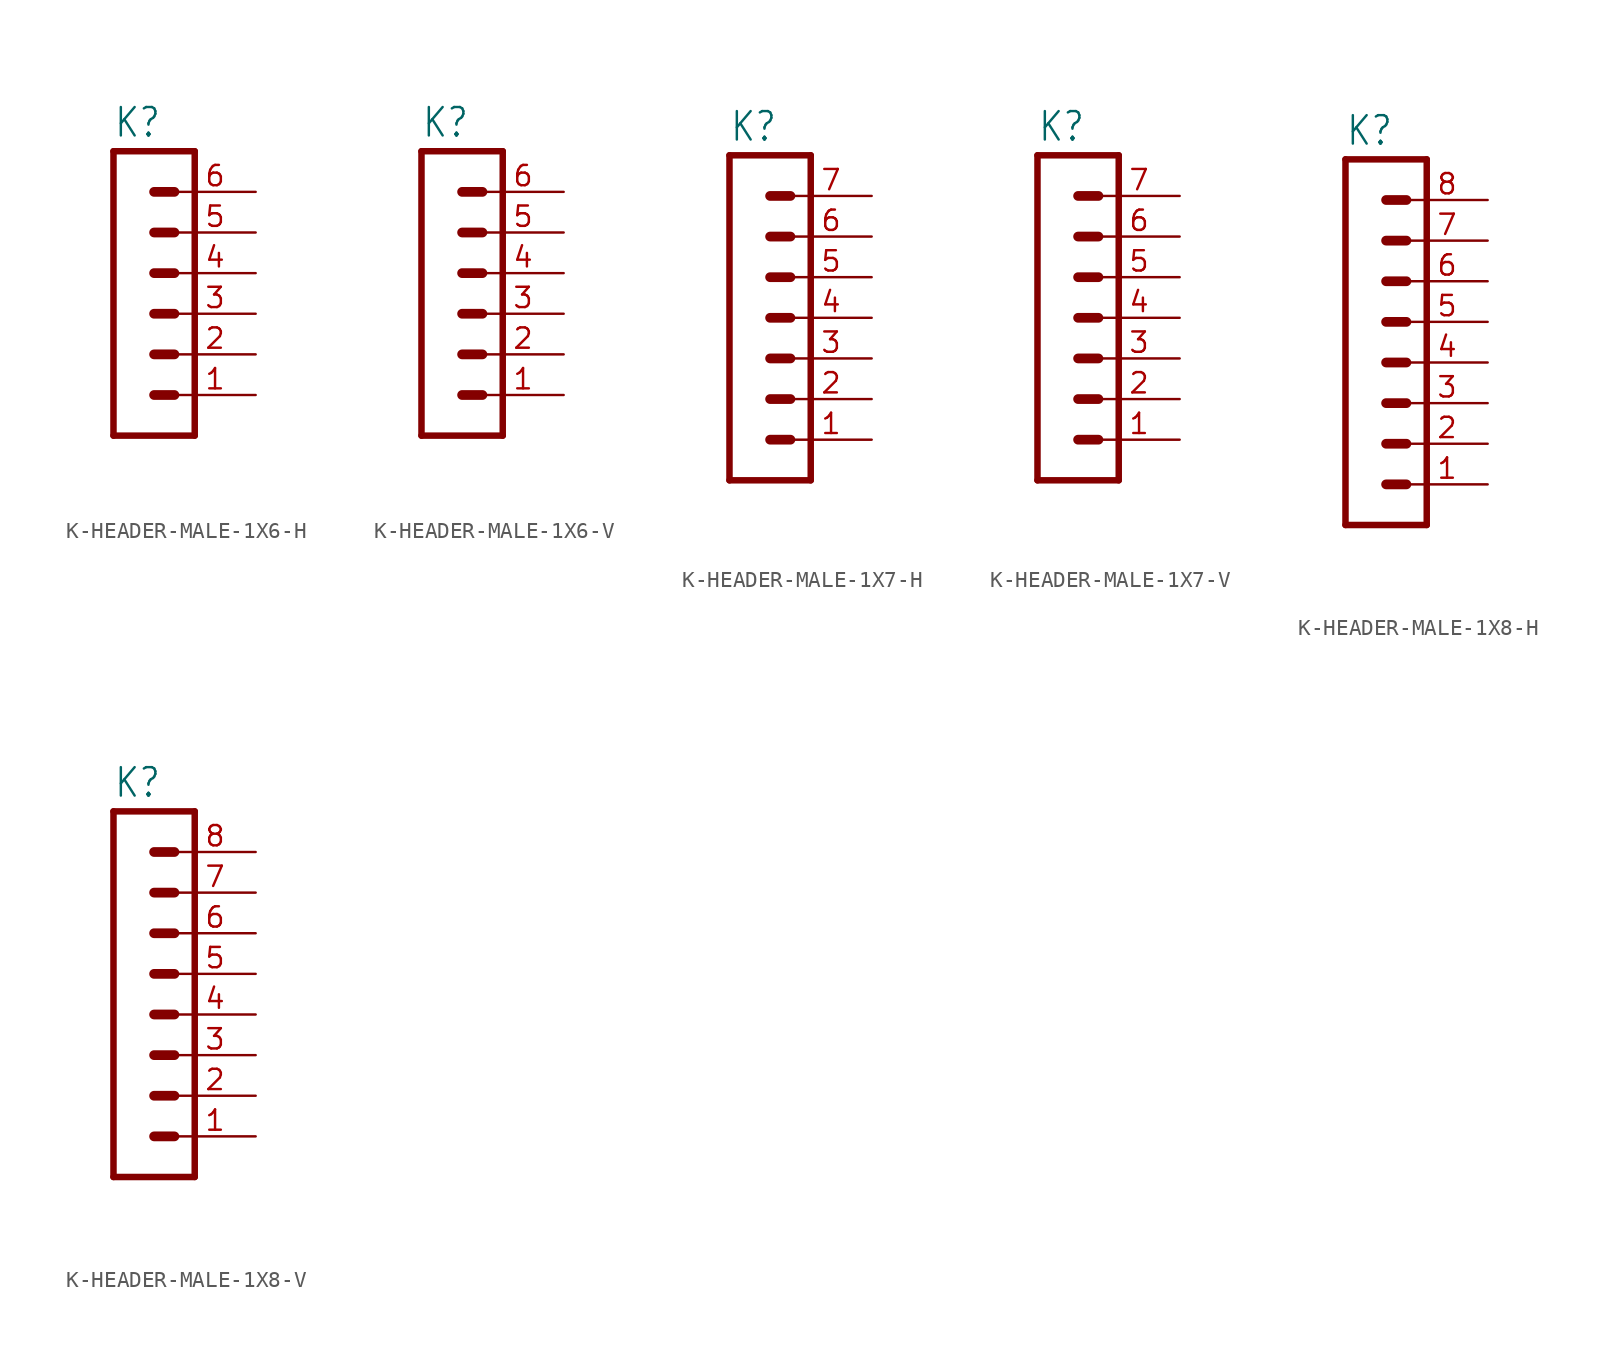
<source format=kicad_sym>
(kicad_symbol_lib
  (version 20231120)
  (generator "kicad_symbol_editor")
  (generator_version "8.0")
  (symbol "K-HEADER-MALE-1X6-H"
    (property "Reference" "K"
      (at -1.27 10.922 0)
      (effects (font (size 1.778 1.511)) (justify left bottom)))
    (property "Value" ""
      (at -1.27 -10.16 0)
      (effects (font (size 1.778 1.511)) (justify left bottom)))
    (property "ki_locked" ""
      (at 0 0 0)
      (effects (font (size 1.27 1.27))))
    (symbol "K-HEADER-MALE-1X6-H_1_0"
      (polyline (pts (xy -1.27 10.16) (xy -1.27 -7.62)) (stroke (width 0.406) (type solid)) (fill (type none)))
      (polyline (pts (xy -1.27 10.16) (xy 3.81 10.16)) (stroke (width 0.406) (type solid)) (fill (type none)))
      (polyline (pts (xy 1.27 -5.08) (xy 2.54 -5.08)) (stroke (width 0.61) (type solid)) (fill (type none)))
      (polyline (pts (xy 1.27 -2.54) (xy 2.54 -2.54)) (stroke (width 0.61) (type solid)) (fill (type none)))
      (polyline (pts (xy 1.27 0) (xy 2.54 0)) (stroke (width 0.61) (type solid)) (fill (type none)))
      (polyline (pts (xy 1.27 2.54) (xy 2.54 2.54)) (stroke (width 0.61) (type solid)) (fill (type none)))
      (polyline (pts (xy 1.27 5.08) (xy 2.54 5.08)) (stroke (width 0.61) (type solid)) (fill (type none)))
      (polyline (pts (xy 1.27 7.62) (xy 2.54 7.62)) (stroke (width 0.61) (type solid)) (fill (type none)))
      (polyline (pts (xy 3.81 -7.62) (xy -1.27 -7.62)) (stroke (width 0.406) (type solid)) (fill (type none)))
      (polyline (pts (xy 3.81 -7.62) (xy 3.81 10.16)) (stroke (width 0.406) (type solid)) (fill (type none)))
      (pin passive line (at 7.62 -5.08 180) (length 5.08) (name "1" (effects (font (size 0 0)))) (number "1" (effects (font (size 1.27 1.27)))))
      (pin passive line (at 7.62 -2.54 180) (length 5.08) (name "2" (effects (font (size 0 0)))) (number "2" (effects (font (size 1.27 1.27)))))
      (pin passive line (at 7.62 0 180) (length 5.08) (name "3" (effects (font (size 0 0)))) (number "3" (effects (font (size 1.27 1.27)))))
      (pin passive line (at 7.62 2.54 180) (length 5.08) (name "4" (effects (font (size 0 0)))) (number "4" (effects (font (size 1.27 1.27)))))
      (pin passive line (at 7.62 5.08 180) (length 5.08) (name "5" (effects (font (size 0 0)))) (number "5" (effects (font (size 1.27 1.27)))))
      (pin passive line (at 7.62 7.62 180) (length 5.08) (name "6" (effects (font (size 0 0)))) (number "6" (effects (font (size 1.27 1.27)))))))
  (symbol "K-HEADER-MALE-1X6-V"
    (property "Reference" "K"
      (at -1.27 10.922 0)
      (effects (font (size 1.778 1.511)) (justify left bottom)))
    (property "Value" ""
      (at -1.27 -10.16 0)
      (effects (font (size 1.778 1.511)) (justify left bottom)))
    (property "ki_locked" ""
      (at 0 0 0)
      (effects (font (size 1.27 1.27))))
    (symbol "K-HEADER-MALE-1X6-V_1_0"
      (polyline (pts (xy -1.27 10.16) (xy -1.27 -7.62)) (stroke (width 0.406) (type solid)) (fill (type none)))
      (polyline (pts (xy -1.27 10.16) (xy 3.81 10.16)) (stroke (width 0.406) (type solid)) (fill (type none)))
      (polyline (pts (xy 1.27 -5.08) (xy 2.54 -5.08)) (stroke (width 0.61) (type solid)) (fill (type none)))
      (polyline (pts (xy 1.27 -2.54) (xy 2.54 -2.54)) (stroke (width 0.61) (type solid)) (fill (type none)))
      (polyline (pts (xy 1.27 0) (xy 2.54 0)) (stroke (width 0.61) (type solid)) (fill (type none)))
      (polyline (pts (xy 1.27 2.54) (xy 2.54 2.54)) (stroke (width 0.61) (type solid)) (fill (type none)))
      (polyline (pts (xy 1.27 5.08) (xy 2.54 5.08)) (stroke (width 0.61) (type solid)) (fill (type none)))
      (polyline (pts (xy 1.27 7.62) (xy 2.54 7.62)) (stroke (width 0.61) (type solid)) (fill (type none)))
      (polyline (pts (xy 3.81 -7.62) (xy -1.27 -7.62)) (stroke (width 0.406) (type solid)) (fill (type none)))
      (polyline (pts (xy 3.81 -7.62) (xy 3.81 10.16)) (stroke (width 0.406) (type solid)) (fill (type none)))
      (pin passive line (at 7.62 -5.08 180) (length 5.08) (name "1" (effects (font (size 0 0)))) (number "1" (effects (font (size 1.27 1.27)))))
      (pin passive line (at 7.62 -2.54 180) (length 5.08) (name "2" (effects (font (size 0 0)))) (number "2" (effects (font (size 1.27 1.27)))))
      (pin passive line (at 7.62 0 180) (length 5.08) (name "3" (effects (font (size 0 0)))) (number "3" (effects (font (size 1.27 1.27)))))
      (pin passive line (at 7.62 2.54 180) (length 5.08) (name "4" (effects (font (size 0 0)))) (number "4" (effects (font (size 1.27 1.27)))))
      (pin passive line (at 7.62 5.08 180) (length 5.08) (name "5" (effects (font (size 0 0)))) (number "5" (effects (font (size 1.27 1.27)))))
      (pin passive line (at 7.62 7.62 180) (length 5.08) (name "6" (effects (font (size 0 0)))) (number "6" (effects (font (size 1.27 1.27)))))))
  (symbol "K-HEADER-MALE-1X7-H"
    (property "Reference" "K"
      (at -1.27 13.462 0)
      (effects (font (size 1.778 1.511)) (justify left bottom)))
    (property "Value" ""
      (at -1.27 -10.16 0)
      (effects (font (size 1.778 1.511)) (justify left bottom)))
    (property "ki_locked" ""
      (at 0 0 0)
      (effects (font (size 1.27 1.27))))
    (symbol "K-HEADER-MALE-1X7-H_1_0"
      (polyline (pts (xy -1.27 12.7) (xy -1.27 -7.62)) (stroke (width 0.406) (type solid)) (fill (type none)))
      (polyline (pts (xy -1.27 12.7) (xy 3.81 12.7)) (stroke (width 0.406) (type solid)) (fill (type none)))
      (polyline (pts (xy 1.27 -5.08) (xy 2.54 -5.08)) (stroke (width 0.61) (type solid)) (fill (type none)))
      (polyline (pts (xy 1.27 -2.54) (xy 2.54 -2.54)) (stroke (width 0.61) (type solid)) (fill (type none)))
      (polyline (pts (xy 1.27 0) (xy 2.54 0)) (stroke (width 0.61) (type solid)) (fill (type none)))
      (polyline (pts (xy 1.27 2.54) (xy 2.54 2.54)) (stroke (width 0.61) (type solid)) (fill (type none)))
      (polyline (pts (xy 1.27 5.08) (xy 2.54 5.08)) (stroke (width 0.61) (type solid)) (fill (type none)))
      (polyline (pts (xy 1.27 7.62) (xy 2.54 7.62)) (stroke (width 0.61) (type solid)) (fill (type none)))
      (polyline (pts (xy 1.27 10.16) (xy 2.54 10.16)) (stroke (width 0.61) (type solid)) (fill (type none)))
      (polyline (pts (xy 3.81 -7.62) (xy -1.27 -7.62)) (stroke (width 0.406) (type solid)) (fill (type none)))
      (polyline (pts (xy 3.81 -7.62) (xy 3.81 12.7)) (stroke (width 0.406) (type solid)) (fill (type none)))
      (pin passive line (at 7.62 -5.08 180) (length 5.08) (name "1" (effects (font (size 0 0)))) (number "1" (effects (font (size 1.27 1.27)))))
      (pin passive line (at 7.62 -2.54 180) (length 5.08) (name "2" (effects (font (size 0 0)))) (number "2" (effects (font (size 1.27 1.27)))))
      (pin passive line (at 7.62 0 180) (length 5.08) (name "3" (effects (font (size 0 0)))) (number "3" (effects (font (size 1.27 1.27)))))
      (pin passive line (at 7.62 2.54 180) (length 5.08) (name "4" (effects (font (size 0 0)))) (number "4" (effects (font (size 1.27 1.27)))))
      (pin passive line (at 7.62 5.08 180) (length 5.08) (name "5" (effects (font (size 0 0)))) (number "5" (effects (font (size 1.27 1.27)))))
      (pin passive line (at 7.62 7.62 180) (length 5.08) (name "6" (effects (font (size 0 0)))) (number "6" (effects (font (size 1.27 1.27)))))
      (pin passive line (at 7.62 10.16 180) (length 5.08) (name "7" (effects (font (size 0 0)))) (number "7" (effects (font (size 1.27 1.27)))))))
  (symbol "K-HEADER-MALE-1X7-V"
    (property "Reference" "K"
      (at -1.27 13.462 0)
      (effects (font (size 1.778 1.511)) (justify left bottom)))
    (property "Value" ""
      (at -1.27 -10.16 0)
      (effects (font (size 1.778 1.511)) (justify left bottom)))
    (property "ki_locked" ""
      (at 0 0 0)
      (effects (font (size 1.27 1.27))))
    (symbol "K-HEADER-MALE-1X7-V_1_0"
      (polyline (pts (xy -1.27 12.7) (xy -1.27 -7.62)) (stroke (width 0.406) (type solid)) (fill (type none)))
      (polyline (pts (xy -1.27 12.7) (xy 3.81 12.7)) (stroke (width 0.406) (type solid)) (fill (type none)))
      (polyline (pts (xy 1.27 -5.08) (xy 2.54 -5.08)) (stroke (width 0.61) (type solid)) (fill (type none)))
      (polyline (pts (xy 1.27 -2.54) (xy 2.54 -2.54)) (stroke (width 0.61) (type solid)) (fill (type none)))
      (polyline (pts (xy 1.27 0) (xy 2.54 0)) (stroke (width 0.61) (type solid)) (fill (type none)))
      (polyline (pts (xy 1.27 2.54) (xy 2.54 2.54)) (stroke (width 0.61) (type solid)) (fill (type none)))
      (polyline (pts (xy 1.27 5.08) (xy 2.54 5.08)) (stroke (width 0.61) (type solid)) (fill (type none)))
      (polyline (pts (xy 1.27 7.62) (xy 2.54 7.62)) (stroke (width 0.61) (type solid)) (fill (type none)))
      (polyline (pts (xy 1.27 10.16) (xy 2.54 10.16)) (stroke (width 0.61) (type solid)) (fill (type none)))
      (polyline (pts (xy 3.81 -7.62) (xy -1.27 -7.62)) (stroke (width 0.406) (type solid)) (fill (type none)))
      (polyline (pts (xy 3.81 -7.62) (xy 3.81 12.7)) (stroke (width 0.406) (type solid)) (fill (type none)))
      (pin passive line (at 7.62 -5.08 180) (length 5.08) (name "1" (effects (font (size 0 0)))) (number "1" (effects (font (size 1.27 1.27)))))
      (pin passive line (at 7.62 -2.54 180) (length 5.08) (name "2" (effects (font (size 0 0)))) (number "2" (effects (font (size 1.27 1.27)))))
      (pin passive line (at 7.62 0 180) (length 5.08) (name "3" (effects (font (size 0 0)))) (number "3" (effects (font (size 1.27 1.27)))))
      (pin passive line (at 7.62 2.54 180) (length 5.08) (name "4" (effects (font (size 0 0)))) (number "4" (effects (font (size 1.27 1.27)))))
      (pin passive line (at 7.62 5.08 180) (length 5.08) (name "5" (effects (font (size 0 0)))) (number "5" (effects (font (size 1.27 1.27)))))
      (pin passive line (at 7.62 7.62 180) (length 5.08) (name "6" (effects (font (size 0 0)))) (number "6" (effects (font (size 1.27 1.27)))))
      (pin passive line (at 7.62 10.16 180) (length 5.08) (name "7" (effects (font (size 0 0)))) (number "7" (effects (font (size 1.27 1.27)))))))
  (symbol "K-HEADER-MALE-1X8-H"
    (property "Reference" "K"
      (at -1.27 16.002 0)
      (effects (font (size 1.778 1.511)) (justify left bottom)))
    (property "Value" ""
      (at -1.27 -10.16 0)
      (effects (font (size 1.778 1.511)) (justify left bottom)))
    (property "ki_locked" ""
      (at 0 0 0)
      (effects (font (size 1.27 1.27))))
    (symbol "K-HEADER-MALE-1X8-H_1_0"
      (polyline (pts (xy -1.27 15.24) (xy -1.27 -7.62)) (stroke (width 0.406) (type solid)) (fill (type none)))
      (polyline (pts (xy -1.27 15.24) (xy 3.81 15.24)) (stroke (width 0.406) (type solid)) (fill (type none)))
      (polyline (pts (xy 1.27 -5.08) (xy 2.54 -5.08)) (stroke (width 0.61) (type solid)) (fill (type none)))
      (polyline (pts (xy 1.27 -2.54) (xy 2.54 -2.54)) (stroke (width 0.61) (type solid)) (fill (type none)))
      (polyline (pts (xy 1.27 0) (xy 2.54 0)) (stroke (width 0.61) (type solid)) (fill (type none)))
      (polyline (pts (xy 1.27 2.54) (xy 2.54 2.54)) (stroke (width 0.61) (type solid)) (fill (type none)))
      (polyline (pts (xy 1.27 5.08) (xy 2.54 5.08)) (stroke (width 0.61) (type solid)) (fill (type none)))
      (polyline (pts (xy 1.27 7.62) (xy 2.54 7.62)) (stroke (width 0.61) (type solid)) (fill (type none)))
      (polyline (pts (xy 1.27 10.16) (xy 2.54 10.16)) (stroke (width 0.61) (type solid)) (fill (type none)))
      (polyline (pts (xy 1.27 12.7) (xy 2.54 12.7)) (stroke (width 0.61) (type solid)) (fill (type none)))
      (polyline (pts (xy 3.81 -7.62) (xy -1.27 -7.62)) (stroke (width 0.406) (type solid)) (fill (type none)))
      (polyline (pts (xy 3.81 -7.62) (xy 3.81 15.24)) (stroke (width 0.406) (type solid)) (fill (type none)))
      (pin passive line (at 7.62 -5.08 180) (length 5.08) (name "1" (effects (font (size 0 0)))) (number "1" (effects (font (size 1.27 1.27)))))
      (pin passive line (at 7.62 -2.54 180) (length 5.08) (name "2" (effects (font (size 0 0)))) (number "2" (effects (font (size 1.27 1.27)))))
      (pin passive line (at 7.62 0 180) (length 5.08) (name "3" (effects (font (size 0 0)))) (number "3" (effects (font (size 1.27 1.27)))))
      (pin passive line (at 7.62 2.54 180) (length 5.08) (name "4" (effects (font (size 0 0)))) (number "4" (effects (font (size 1.27 1.27)))))
      (pin passive line (at 7.62 5.08 180) (length 5.08) (name "5" (effects (font (size 0 0)))) (number "5" (effects (font (size 1.27 1.27)))))
      (pin passive line (at 7.62 7.62 180) (length 5.08) (name "6" (effects (font (size 0 0)))) (number "6" (effects (font (size 1.27 1.27)))))
      (pin passive line (at 7.62 10.16 180) (length 5.08) (name "7" (effects (font (size 0 0)))) (number "7" (effects (font (size 1.27 1.27)))))
      (pin passive line (at 7.62 12.7 180) (length 5.08) (name "8" (effects (font (size 0 0)))) (number "8" (effects (font (size 1.27 1.27)))))))
  (symbol "K-HEADER-MALE-1X8-V"
    (property "Reference" "K"
      (at -1.27 16.002 0)
      (effects (font (size 1.778 1.511)) (justify left bottom)))
    (property "Value" ""
      (at -1.27 -10.16 0)
      (effects (font (size 1.778 1.511)) (justify left bottom)))
    (property "ki_locked" ""
      (at 0 0 0)
      (effects (font (size 1.27 1.27))))
    (symbol "K-HEADER-MALE-1X8-V_1_0"
      (polyline (pts (xy -1.27 15.24) (xy -1.27 -7.62)) (stroke (width 0.406) (type solid)) (fill (type none)))
      (polyline (pts (xy -1.27 15.24) (xy 3.81 15.24)) (stroke (width 0.406) (type solid)) (fill (type none)))
      (polyline (pts (xy 1.27 -5.08) (xy 2.54 -5.08)) (stroke (width 0.61) (type solid)) (fill (type none)))
      (polyline (pts (xy 1.27 -2.54) (xy 2.54 -2.54)) (stroke (width 0.61) (type solid)) (fill (type none)))
      (polyline (pts (xy 1.27 0) (xy 2.54 0)) (stroke (width 0.61) (type solid)) (fill (type none)))
      (polyline (pts (xy 1.27 2.54) (xy 2.54 2.54)) (stroke (width 0.61) (type solid)) (fill (type none)))
      (polyline (pts (xy 1.27 5.08) (xy 2.54 5.08)) (stroke (width 0.61) (type solid)) (fill (type none)))
      (polyline (pts (xy 1.27 7.62) (xy 2.54 7.62)) (stroke (width 0.61) (type solid)) (fill (type none)))
      (polyline (pts (xy 1.27 10.16) (xy 2.54 10.16)) (stroke (width 0.61) (type solid)) (fill (type none)))
      (polyline (pts (xy 1.27 12.7) (xy 2.54 12.7)) (stroke (width 0.61) (type solid)) (fill (type none)))
      (polyline (pts (xy 3.81 -7.62) (xy -1.27 -7.62)) (stroke (width 0.406) (type solid)) (fill (type none)))
      (polyline (pts (xy 3.81 -7.62) (xy 3.81 15.24)) (stroke (width 0.406) (type solid)) (fill (type none)))
      (pin passive line (at 7.62 -5.08 180) (length 5.08) (name "1" (effects (font (size 0 0)))) (number "1" (effects (font (size 1.27 1.27)))))
      (pin passive line (at 7.62 -2.54 180) (length 5.08) (name "2" (effects (font (size 0 0)))) (number "2" (effects (font (size 1.27 1.27)))))
      (pin passive line (at 7.62 0 180) (length 5.08) (name "3" (effects (font (size 0 0)))) (number "3" (effects (font (size 1.27 1.27)))))
      (pin passive line (at 7.62 2.54 180) (length 5.08) (name "4" (effects (font (size 0 0)))) (number "4" (effects (font (size 1.27 1.27)))))
      (pin passive line (at 7.62 5.08 180) (length 5.08) (name "5" (effects (font (size 0 0)))) (number "5" (effects (font (size 1.27 1.27)))))
      (pin passive line (at 7.62 7.62 180) (length 5.08) (name "6" (effects (font (size 0 0)))) (number "6" (effects (font (size 1.27 1.27)))))
      (pin passive line (at 7.62 10.16 180) (length 5.08) (name "7" (effects (font (size 0 0)))) (number "7" (effects (font (size 1.27 1.27)))))
      (pin passive line (at 7.62 12.7 180) (length 5.08) (name "8" (effects (font (size 0 0)))) (number "8" (effects (font (size 1.27 1.27))))))))
</source>
